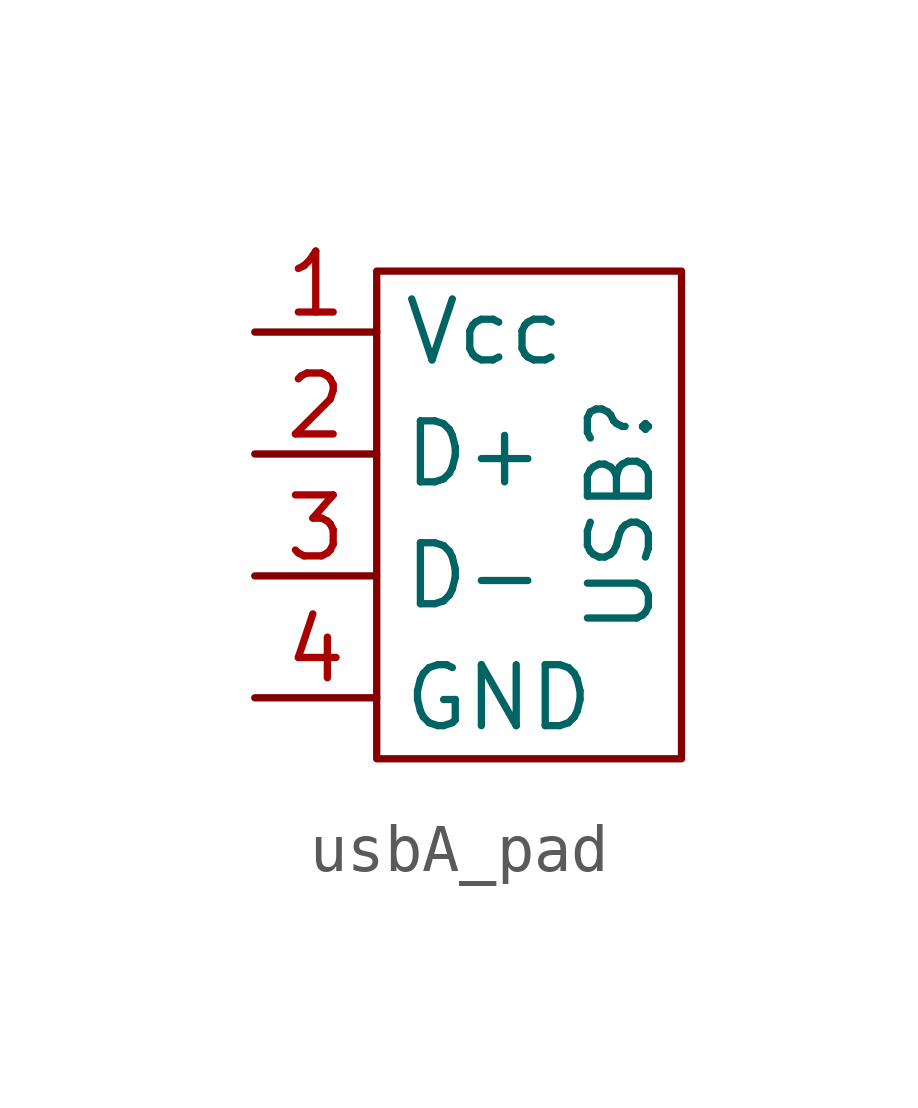
<source format=kicad_sym>
(kicad_symbol_lib
  (version 20220914)
  (generator kicad_symbol_editor)
  (symbol "usbA_pad"
    (property "Reference" "USB"
      (at 2.54 0 90)
      (effects (font (size 1.27 1.27))))
    (property "Value" ""
      (at 0 0 0)
      (effects (font (size 1.27 1.27))))
    (symbol "usbA_pad_0_1"
      (rectangle (start -2.54 5.08) (end 3.81 -5.08) (stroke (width 0) (type default)) (fill (type none))))
    (symbol "usbA_pad_1_1"
      (pin bidirectional line (at -5.08 3.81 0) (length 2.54) (name "Vcc" (effects (font (size 1.27 1.27)))) (number "1" (effects (font (size 1.27 1.27)))))
      (pin bidirectional line (at -5.08 1.27 0) (length 2.54) (name "D+" (effects (font (size 1.27 1.27)))) (number "2" (effects (font (size 1.27 1.27)))))
      (pin bidirectional line (at -5.08 -1.27 0) (length 2.54) (name "D-" (effects (font (size 1.27 1.27)))) (number "3" (effects (font (size 1.27 1.27)))))
      (pin bidirectional line (at -5.08 -3.81 0) (length 2.54) (name "GND" (effects (font (size 1.27 1.27)))) (number "4" (effects (font (size 1.27 1.27))))))))
</source>
